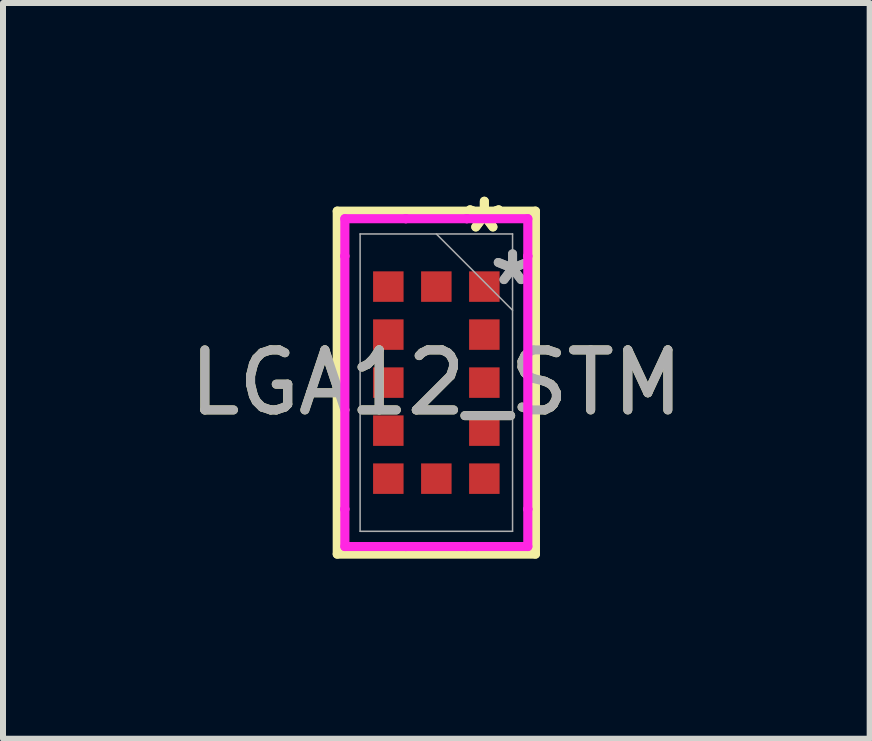
<source format=kicad_pcb>
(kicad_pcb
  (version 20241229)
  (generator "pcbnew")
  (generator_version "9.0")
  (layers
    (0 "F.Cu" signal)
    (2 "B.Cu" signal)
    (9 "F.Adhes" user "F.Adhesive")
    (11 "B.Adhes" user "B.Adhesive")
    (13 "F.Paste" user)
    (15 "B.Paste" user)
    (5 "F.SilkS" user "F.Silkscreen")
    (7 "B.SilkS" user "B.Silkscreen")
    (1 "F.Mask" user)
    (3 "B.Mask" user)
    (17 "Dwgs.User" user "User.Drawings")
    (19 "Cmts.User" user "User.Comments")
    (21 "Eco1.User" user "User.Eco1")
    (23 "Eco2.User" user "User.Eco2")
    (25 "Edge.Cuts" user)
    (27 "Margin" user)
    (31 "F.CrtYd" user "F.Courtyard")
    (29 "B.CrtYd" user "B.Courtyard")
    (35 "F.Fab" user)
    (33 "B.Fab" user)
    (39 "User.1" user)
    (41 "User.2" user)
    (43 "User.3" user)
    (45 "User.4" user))
  (footprint "LGA12_STM"
    (layer "F.Cu")
    (at 4.22 3.325)
    (property "Reference" "LGA12_STM" (at 0 0 0) (unlocked yes) (layer "F.SilkS") (effects (font (size 1 1) (thickness 0.15))))
    (attr smd)
    (fp_line (start -1.651 -2.857) (end -1.651 2.857) (stroke (width 0.152) (type solid)) (layer "F.SilkS"))
    (fp_line (start -1.651 2.857) (end 1.651 2.857) (stroke (width 0.152) (type solid)) (layer "F.SilkS"))
    (fp_line (start 1.651 -2.857) (end -1.651 -2.857) (stroke (width 0.152) (type solid)) (layer "F.SilkS"))
    (fp_line (start 1.651 2.857) (end 1.651 -2.857) (stroke (width 0.152) (type solid)) (layer "F.SilkS"))
    (fp_line (start -1.524 -2.731) (end -0.508 -2.731) (stroke (width 0.152) (type solid)) (layer "F.CrtYd"))
    (fp_line (start -1.524 -2.108) (end -1.524 -2.731) (stroke (width 0.152) (type solid)) (layer "F.CrtYd"))
    (fp_line (start -1.524 -2.108) (end -1.524 -2.108) (stroke (width 0.152) (type solid)) (layer "F.CrtYd"))
    (fp_line (start -1.524 2.108) (end -1.524 -2.108) (stroke (width 0.152) (type solid)) (layer "F.CrtYd"))
    (fp_line (start -1.524 2.108) (end -1.524 2.108) (stroke (width 0.152) (type solid)) (layer "F.CrtYd"))
    (fp_line (start -1.524 2.731) (end -1.524 2.108) (stroke (width 0.152) (type solid)) (layer "F.CrtYd"))
    (fp_line (start -0.508 -2.731) (end -0.508 -2.731) (stroke (width 0.152) (type solid)) (layer "F.CrtYd"))
    (fp_line (start -0.508 -2.731) (end 0.508 -2.731) (stroke (width 0.152) (type solid)) (layer "F.CrtYd"))
    (fp_line (start -0.508 2.731) (end -1.524 2.731) (stroke (width 0.152) (type solid)) (layer "F.CrtYd"))
    (fp_line (start -0.508 2.731) (end -0.508 2.731) (stroke (width 0.152) (type solid)) (layer "F.CrtYd"))
    (fp_line (start 0.508 -2.731) (end 0.508 -2.731) (stroke (width 0.152) (type solid)) (layer "F.CrtYd"))
    (fp_line (start 0.508 -2.731) (end 1.524 -2.731) (stroke (width 0.152) (type solid)) (layer "F.CrtYd"))
    (fp_line (start 0.508 2.731) (end -0.508 2.731) (stroke (width 0.152) (type solid)) (layer "F.CrtYd"))
    (fp_line (start 0.508 2.731) (end 0.508 2.731) (stroke (width 0.152) (type solid)) (layer "F.CrtYd"))
    (fp_line (start 1.524 -2.731) (end 1.524 -2.108) (stroke (width 0.152) (type solid)) (layer "F.CrtYd"))
    (fp_line (start 1.524 -2.108) (end 1.524 -2.108) (stroke (width 0.152) (type solid)) (layer "F.CrtYd"))
    (fp_line (start 1.524 -2.108) (end 1.524 2.108) (stroke (width 0.152) (type solid)) (layer "F.CrtYd"))
    (fp_line (start 1.524 2.108) (end 1.524 2.108) (stroke (width 0.152) (type solid)) (layer "F.CrtYd"))
    (fp_line (start 1.524 2.108) (end 1.524 2.731) (stroke (width 0.152) (type solid)) (layer "F.CrtYd"))
    (fp_line (start 1.524 2.731) (end 0.508 2.731) (stroke (width 0.152) (type solid)) (layer "F.CrtYd"))
    (fp_line (start -1.27 -2.477) (end -1.27 2.477) (stroke (width 0.025) (type solid)) (layer "F.Fab"))
    (fp_line (start -1.27 2.477) (end 1.27 2.477) (stroke (width 0.025) (type solid)) (layer "F.Fab"))
    (fp_line (start 1.27 -2.477) (end -1.27 -2.477) (stroke (width 0.025) (type solid)) (layer "F.Fab"))
    (fp_line (start 1.27 -1.206) (end 0 -2.477) (stroke (width 0.025) (type solid)) (layer "F.Fab"))
    (fp_line (start 1.27 2.477) (end 1.27 -2.477) (stroke (width 0.025) (type solid)) (layer "F.Fab"))
    (fp_text user "*" (at 0.8 -2.477 0) (layer "F.SilkS") (effects (font (size 1 1) (thickness 0.15))))
    (fp_text user "*" (at 0.8 -2.477 0) (unlocked yes) (layer "F.SilkS") (effects (font (size 1 1) (thickness 0.15))))
    (fp_text user "*" (at 1.27 -1.6 0) (layer "F.Fab") (effects (font (size 1 1) (thickness 0.15))))
    (fp_text user "${REFERENCE}" (at 0 0 0) (unlocked yes) (layer "F.Fab") (effects (font (size 1 1) (thickness 0.15))))
    (fp_text user "*" (at 1.27 -1.6 0) (unlocked yes) (layer "F.Fab") (effects (font (size 1 1) (thickness 0.15))))
    (pad "1" smd rect (at 0.8 -1.6 90) (size 0.508 0.508) (layers "F.Cu" "F.Mask" "F.Paste"))
    (pad "2" smd rect (at 0.8 -0.8 90) (size 0.508 0.508) (layers "F.Cu" "F.Mask" "F.Paste"))
    (pad "3" smd rect (at 0.8 0 90) (size 0.508 0.508) (layers "F.Cu" "F.Mask" "F.Paste"))
    (pad "4" smd rect (at 0.8 0.8 90) (size 0.508 0.508) (layers "F.Cu" "F.Mask" "F.Paste"))
    (pad "5" smd rect (at 0.8 1.6 90) (size 0.508 0.508) (layers "F.Cu" "F.Mask" "F.Paste"))
    (pad "6" smd rect (at 0 1.6) (size 0.508 0.508) (layers "F.Cu" "F.Mask" "F.Paste"))
    (pad "7" smd rect (at -0.8 1.6 90) (size 0.508 0.508) (layers "F.Cu" "F.Mask" "F.Paste"))
    (pad "8" smd rect (at -0.8 0.8 90) (size 0.508 0.508) (layers "F.Cu" "F.Mask" "F.Paste"))
    (pad "9" smd rect (at -0.8 0 90) (size 0.508 0.508) (layers "F.Cu" "F.Mask" "F.Paste"))
    (pad "10" smd rect (at -0.8 -0.8 90) (size 0.508 0.508) (layers "F.Cu" "F.Mask" "F.Paste"))
    (pad "11" smd rect (at -0.8 -1.6 90) (size 0.508 0.508) (layers "F.Cu" "F.Mask" "F.Paste"))
    (pad "12" smd rect (at 0 -1.6) (size 0.508 0.508) (layers "F.Cu" "F.Mask" "F.Paste")))
  (gr_rect
    (start -3 -3)
    (end 11.44 9.258)
    (stroke (width 0.1) (type default))
    (fill no)
    (layer "Edge.Cuts")))
</source>
